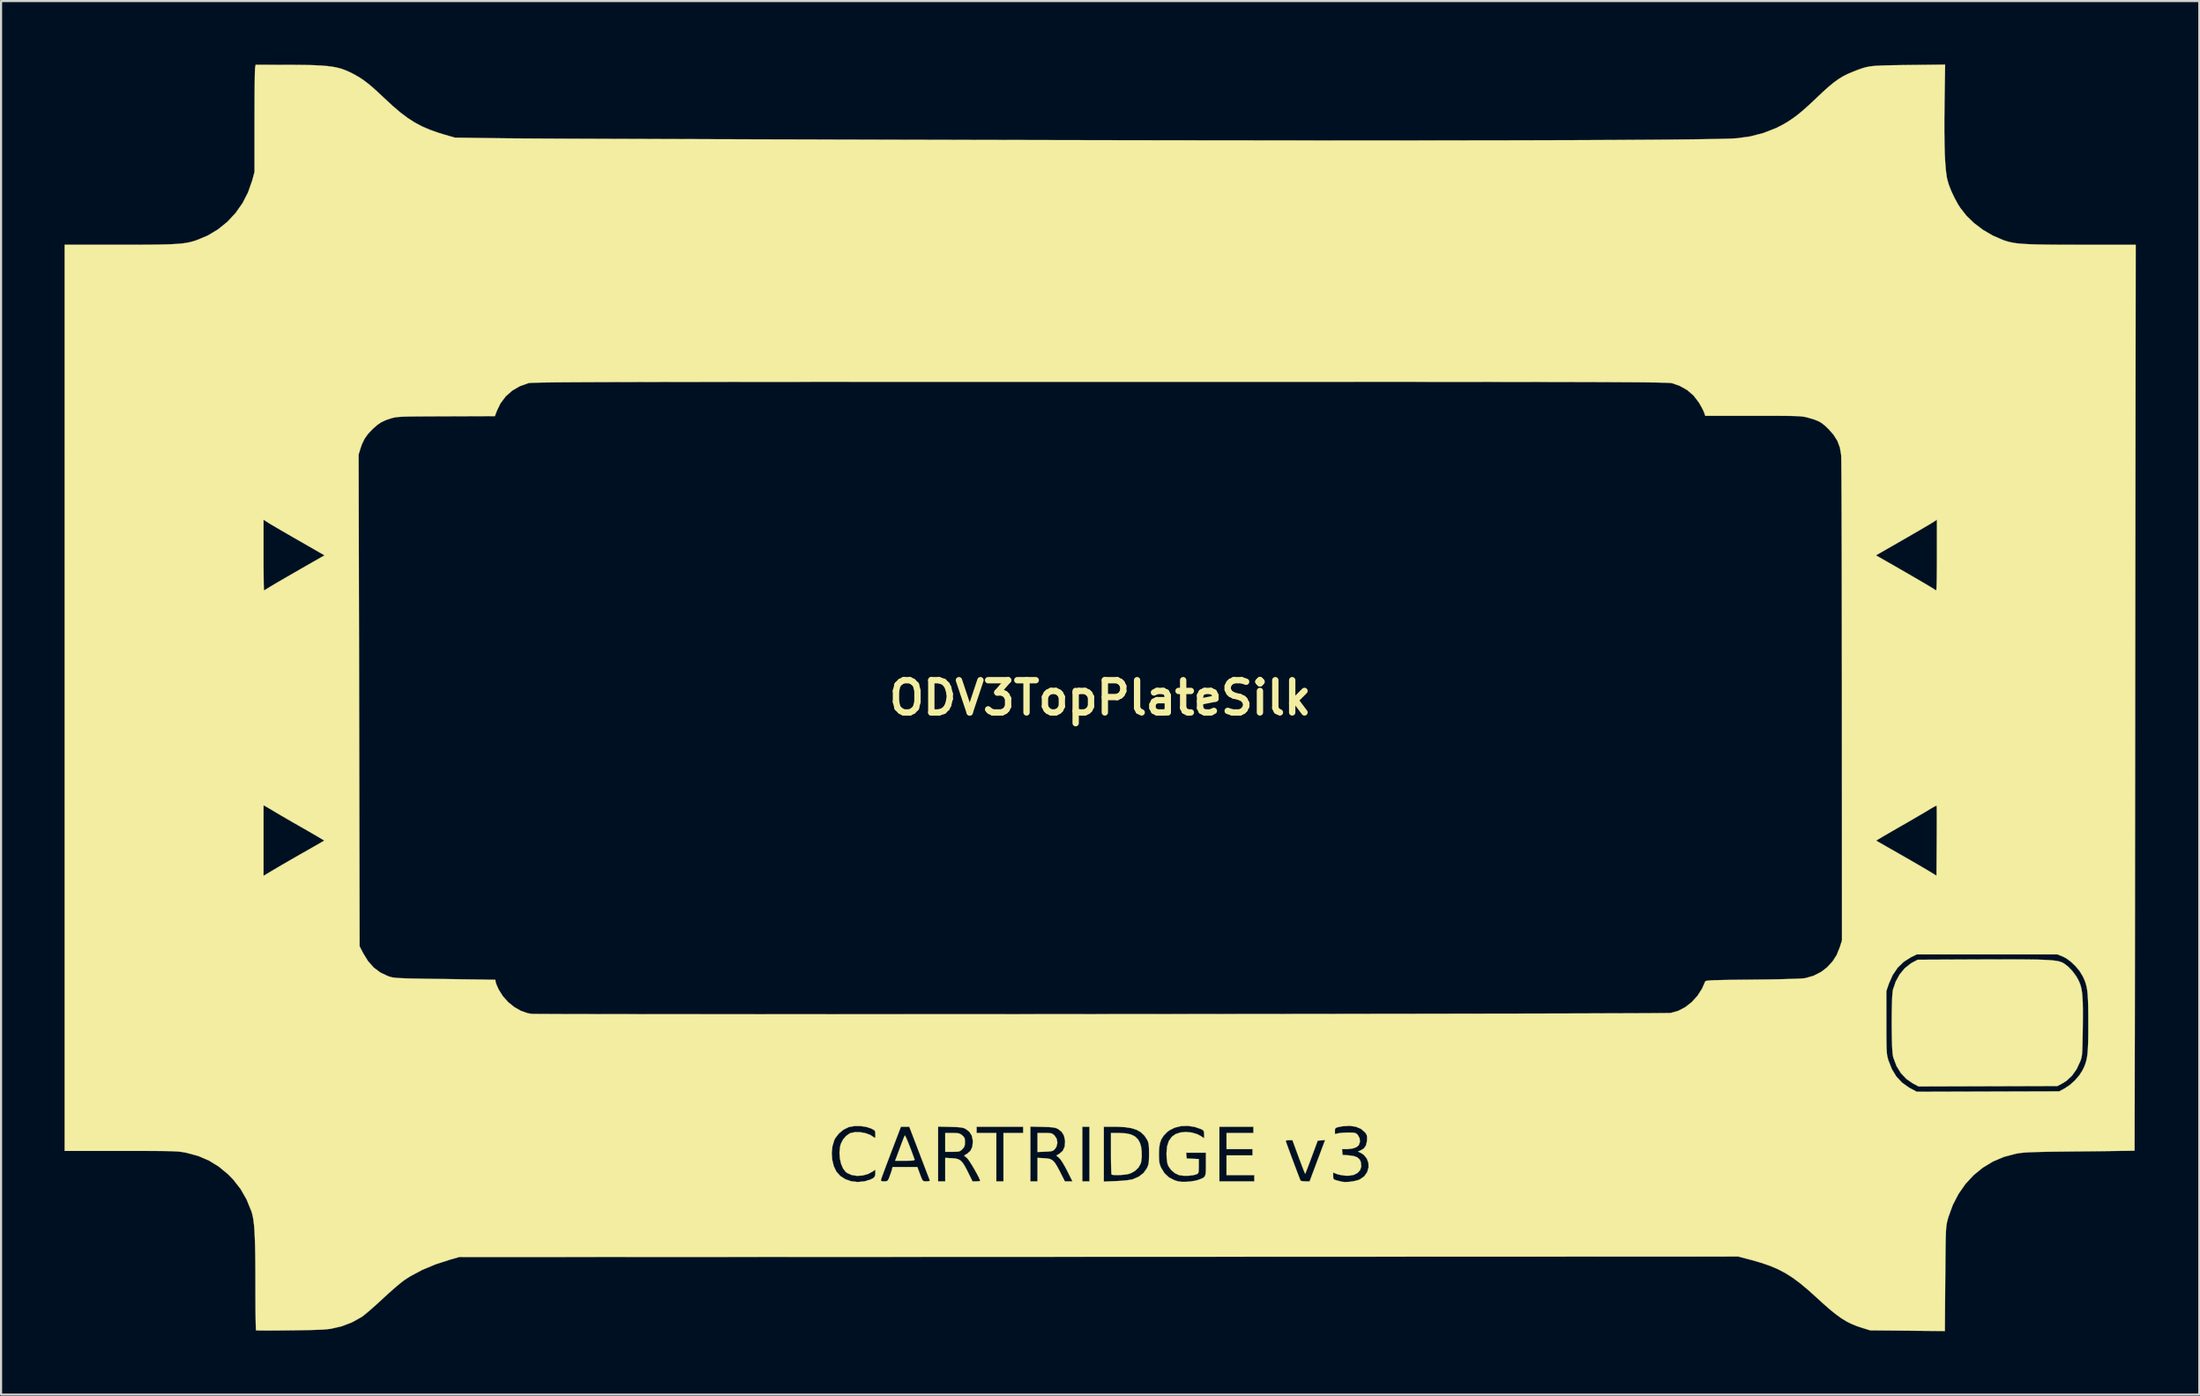
<source format=kicad_pcb>
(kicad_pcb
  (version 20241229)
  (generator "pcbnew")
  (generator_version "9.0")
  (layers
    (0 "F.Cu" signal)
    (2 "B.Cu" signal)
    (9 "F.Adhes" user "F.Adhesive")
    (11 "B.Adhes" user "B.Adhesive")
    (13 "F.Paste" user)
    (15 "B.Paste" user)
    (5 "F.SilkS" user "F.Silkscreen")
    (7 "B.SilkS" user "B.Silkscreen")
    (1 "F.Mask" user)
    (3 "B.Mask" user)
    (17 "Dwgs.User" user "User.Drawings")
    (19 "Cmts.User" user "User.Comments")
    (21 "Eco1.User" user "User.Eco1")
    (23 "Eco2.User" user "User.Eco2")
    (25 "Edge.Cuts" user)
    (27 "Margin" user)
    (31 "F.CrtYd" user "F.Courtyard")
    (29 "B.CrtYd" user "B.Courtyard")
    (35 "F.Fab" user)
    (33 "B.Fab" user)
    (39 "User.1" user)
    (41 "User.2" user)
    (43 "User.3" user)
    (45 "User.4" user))
  (footprint "ODV3TopPlateSilk"
    (layer "F.Cu")
    (at 48.942 29.944)
    (property "Reference" "ODV3TopPlateSilk" (at 0 0 0) (layer "F.SilkS") (effects (font (size 1.524 1.524) (thickness 0.3))))
    (attr through_hole)
    (fp_poly (pts (xy -2.448 20.576) (xy -2.336 20.587) (xy -2.259 20.612) (xy -2.195 20.66) (xy -2.156 20.698) (xy -2.056 20.852) (xy -2.026 21.032) (xy -2.064 21.21) (xy -2.134 21.323) (xy -2.191 21.381) (xy -2.252 21.418) (xy -2.34 21.439) (xy -2.477 21.451) (xy -2.6 21.457) (xy -2.963 21.472) (xy -2.963 20.574) (xy -2.621 20.574) (xy -2.448 20.576)) (stroke (width 0.01) (type solid)) (fill yes) (layer "F.SilkS"))
    (fp_poly (pts (xy -6.813 20.577) (xy -6.696 20.59) (xy -6.613 20.619) (xy -6.539 20.67) (xy -6.523 20.684) (xy -6.442 20.764) (xy -6.403 20.848) (xy -6.393 20.973) (xy -6.392 21.004) (xy -6.402 21.148) (xy -6.439 21.248) (xy -6.516 21.339) (xy -6.584 21.401) (xy -6.65 21.438) (xy -6.739 21.456) (xy -6.876 21.462) (xy -6.982 21.463) (xy -7.324 21.463) (xy -7.324 20.574) (xy -6.988 20.574) (xy -6.813 20.577)) (stroke (width 0.01) (type solid)) (fill yes) (layer "F.SilkS"))
    (fp_poly (pts (xy -9.211 20.719) (xy -9.164 20.814) (xy -9.099 20.967) (xy -9.02 21.165) (xy -8.931 21.397) (xy -8.837 21.651) (xy -8.772 21.833) (xy -8.785 21.858) (xy -8.849 21.874) (xy -8.975 21.883) (xy -9.173 21.886) (xy -9.223 21.886) (xy -9.692 21.886) (xy -9.648 21.77) (xy -9.615 21.684) (xy -9.562 21.54) (xy -9.495 21.358) (xy -9.432 21.188) (xy -9.363 21.002) (xy -9.302 20.846) (xy -9.257 20.737) (xy -9.234 20.691) (xy -9.211 20.719)) (stroke (width 0.01) (type solid)) (fill yes) (layer "F.SilkS"))
    (fp_poly (pts (xy 1.201 20.591) (xy 1.45 20.643) (xy 1.641 20.737) (xy 1.784 20.876) (xy 1.875 21.036) (xy 1.93 21.221) (xy 1.959 21.453) (xy 1.962 21.697) (xy 1.938 21.919) (xy 1.911 22.021) (xy 1.807 22.207) (xy 1.641 22.366) (xy 1.436 22.48) (xy 1.315 22.517) (xy 1.168 22.54) (xy 0.997 22.556) (xy 0.824 22.563) (xy 0.674 22.561) (xy 0.569 22.549) (xy 0.536 22.535) (xy 0.528 22.487) (xy 0.521 22.366) (xy 0.515 22.185) (xy 0.511 21.956) (xy 0.508 21.692) (xy 0.508 21.541) (xy 0.508 20.574) (xy 0.883 20.574) (xy 1.201 20.591)) (stroke (width 0.01) (type solid)) (fill yes) (layer "F.SilkS"))
    (fp_poly (pts (xy 43.281 12.367) (xy 43.708 12.37) (xy 44.074 12.374) (xy 44.383 12.38) (xy 44.642 12.389) (xy 44.856 12.401) (xy 45.032 12.416) (xy 45.174 12.435) (xy 45.288 12.456) (xy 45.381 12.482) (xy 45.457 12.512) (xy 45.523 12.546) (xy 45.527 12.548) (xy 45.732 12.702) (xy 45.936 12.913) (xy 46.117 13.157) (xy 46.226 13.349) (xy 46.283 13.477) (xy 46.33 13.609) (xy 46.367 13.755) (xy 46.394 13.924) (xy 46.414 14.127) (xy 46.427 14.373) (xy 46.433 14.672) (xy 46.434 15.034) (xy 46.431 15.469) (xy 46.43 15.567) (xy 46.425 15.944) (xy 46.42 16.246) (xy 46.414 16.485) (xy 46.407 16.67) (xy 46.397 16.812) (xy 46.385 16.921) (xy 46.369 17.008) (xy 46.348 17.084) (xy 46.322 17.158) (xy 46.321 17.163) (xy 46.142 17.55) (xy 45.921 17.865) (xy 45.654 18.111) (xy 45.457 18.234) (xy 45.233 18.352) (xy 41.952 18.362) (xy 38.672 18.372) (xy 38.396 18.225) (xy 38.091 18.015) (xy 37.833 17.739) (xy 37.629 17.406) (xy 37.485 17.023) (xy 37.462 16.933) (xy 37.445 16.812) (xy 37.43 16.621) (xy 37.418 16.373) (xy 37.41 16.081) (xy 37.405 15.76) (xy 37.402 15.423) (xy 37.403 15.084) (xy 37.407 14.757) (xy 37.414 14.454) (xy 37.424 14.191) (xy 37.437 13.979) (xy 37.454 13.834) (xy 37.46 13.801) (xy 37.591 13.416) (xy 37.779 13.074) (xy 38.018 12.785) (xy 38.301 12.56) (xy 38.4 12.503) (xy 38.629 12.383) (xy 41.571 12.37) (xy 42.218 12.368) (xy 42.786 12.367) (xy 43.281 12.367)) (stroke (width 0.01) (type solid)) (fill yes) (layer "F.SilkS"))
    (fp_poly (pts (xy 39.897 -28.125) (xy 39.889 -27.397) (xy 39.889 -26.75) (xy 39.896 -26.182) (xy 39.91 -25.689) (xy 39.933 -25.27) (xy 39.964 -24.92) (xy 40.002 -24.638) (xy 40.027 -24.509) (xy 40.101 -24.256) (xy 40.217 -23.962) (xy 40.362 -23.652) (xy 40.525 -23.352) (xy 40.638 -23.171) (xy 40.933 -22.794) (xy 41.296 -22.443) (xy 41.712 -22.128) (xy 42.167 -21.861) (xy 42.645 -21.652) (xy 42.82 -21.593) (xy 42.94 -21.559) (xy 43.069 -21.53) (xy 43.214 -21.504) (xy 43.38 -21.483) (xy 43.576 -21.466) (xy 43.808 -21.452) (xy 44.082 -21.441) (xy 44.405 -21.433) (xy 44.785 -21.427) (xy 45.228 -21.423) (xy 45.741 -21.421) (xy 46.331 -21.42) (xy 46.447 -21.42) (xy 48.931 -21.42) (xy 48.907 -0.01) (xy 48.906 1.332) (xy 48.904 2.653) (xy 48.903 3.95) (xy 48.901 5.221) (xy 48.9 6.463) (xy 48.898 7.673) (xy 48.897 8.85) (xy 48.896 9.99) (xy 48.894 11.091) (xy 48.893 12.151) (xy 48.891 13.166) (xy 48.89 14.135) (xy 48.889 15.056) (xy 48.888 15.924) (xy 48.886 16.739) (xy 48.885 17.497) (xy 48.884 18.195) (xy 48.883 18.832) (xy 48.882 19.405) (xy 48.881 19.912) (xy 48.88 20.349) (xy 48.88 20.714) (xy 48.879 21.005) (xy 48.878 21.219) (xy 48.878 21.354) (xy 48.877 21.407) (xy 48.877 21.408) (xy 48.835 21.41) (xy 48.715 21.412) (xy 48.526 21.416) (xy 48.273 21.419) (xy 47.965 21.424) (xy 47.609 21.428) (xy 47.211 21.433) (xy 46.78 21.438) (xy 46.323 21.442) (xy 46.29 21.443) (xy 45.749 21.449) (xy 45.286 21.454) (xy 44.892 21.459) (xy 44.561 21.465) (xy 44.285 21.471) (xy 44.056 21.479) (xy 43.868 21.487) (xy 43.712 21.496) (xy 43.582 21.507) (xy 43.469 21.52) (xy 43.367 21.535) (xy 43.268 21.553) (xy 43.266 21.554) (xy 42.706 21.702) (xy 42.184 21.923) (xy 41.703 22.215) (xy 41.268 22.571) (xy 40.883 22.988) (xy 40.553 23.462) (xy 40.283 23.987) (xy 40.076 24.561) (xy 40.038 24.699) (xy 40.019 24.775) (xy 40.003 24.852) (xy 39.99 24.936) (xy 39.978 25.036) (xy 39.969 25.159) (xy 39.961 25.312) (xy 39.955 25.503) (xy 39.949 25.739) (xy 39.945 26.026) (xy 39.941 26.374) (xy 39.937 26.788) (xy 39.933 27.277) (xy 39.931 27.488) (xy 39.913 29.936) (xy 38.149 29.92) (xy 36.386 29.904) (xy 36.007 29.787) (xy 35.741 29.698) (xy 35.496 29.597) (xy 35.26 29.478) (xy 35.022 29.331) (xy 34.772 29.151) (xy 34.497 28.93) (xy 34.187 28.66) (xy 33.861 28.362) (xy 33.451 27.992) (xy 33.079 27.682) (xy 32.73 27.422) (xy 32.388 27.204) (xy 32.04 27.02) (xy 31.67 26.861) (xy 31.264 26.72) (xy 30.809 26.587) (xy 30.716 26.563) (xy 30.156 26.415) (xy -0.067 26.426) (xy -30.29 26.437) (xy -30.692 26.551) (xy -31.409 26.782) (xy -32.051 27.051) (xy -32.622 27.358) (xy -32.881 27.526) (xy -33.006 27.62) (xy -33.177 27.76) (xy -33.382 27.935) (xy -33.606 28.133) (xy -33.835 28.342) (xy -33.924 28.424) (xy -34.146 28.629) (xy -34.363 28.823) (xy -34.562 28.997) (xy -34.731 29.139) (xy -34.857 29.238) (xy -34.896 29.267) (xy -35.357 29.524) (xy -35.857 29.715) (xy -36.377 29.833) (xy -36.703 29.866) (xy -36.883 29.874) (xy -37.114 29.882) (xy -37.387 29.889) (xy -37.688 29.895) (xy -38.008 29.901) (xy -38.335 29.905) (xy -38.658 29.909) (xy -38.966 29.912) (xy -39.248 29.913) (xy -39.492 29.913) (xy -39.688 29.911) (xy -39.824 29.908) (xy -39.889 29.903) (xy -39.892 29.901) (xy -39.898 29.854) (xy -39.903 29.731) (xy -39.908 29.54) (xy -39.912 29.29) (xy -39.916 28.988) (xy -39.918 28.642) (xy -39.92 28.263) (xy -39.921 27.856) (xy -39.921 27.838) (xy -39.922 27.222) (xy -39.925 26.685) (xy -39.931 26.22) (xy -39.94 25.819) (xy -39.952 25.476) (xy -39.967 25.186) (xy -39.986 24.94) (xy -40.01 24.733) (xy -40.038 24.558) (xy -40.071 24.409) (xy -40.109 24.279) (xy -40.111 24.275) (xy -40.339 23.715) (xy -40.629 23.211) (xy -40.984 22.759) (xy -41.219 22.52) (xy -41.657 22.159) (xy -42.119 21.875) (xy -42.616 21.662) (xy -43.119 21.524) (xy -12.688 21.524) (xy -12.665 21.846) (xy -12.59 22.149) (xy -12.465 22.405) (xy -12.282 22.608) (xy -12.044 22.76) (xy -11.767 22.856) (xy -11.465 22.892) (xy -11.155 22.862) (xy -11.046 22.835) (xy -11.016 22.825) (xy -10.364 22.825) (xy -10.331 22.853) (xy -10.238 22.86) (xy -10.21 22.86) (xy -10.113 22.856) (xy -10.053 22.832) (xy -10.009 22.769) (xy -9.959 22.647) (xy -9.953 22.629) (xy -9.9 22.481) (xy -9.856 22.35) (xy -9.839 22.29) (xy -9.812 22.183) (xy -8.643 22.183) (xy -8.569 22.384) (xy -8.495 22.584) (xy -8.442 22.719) (xy -8.399 22.801) (xy -8.357 22.843) (xy -8.306 22.858) (xy -8.235 22.86) (xy -8.21 22.86) (xy -7.662 22.86) (xy -7.324 22.86) (xy -7.324 21.75) (xy -7.008 21.766) (xy -6.839 21.781) (xy -6.707 21.815) (xy -6.597 21.879) (xy -6.498 21.984) (xy -6.397 22.142) (xy -6.28 22.364) (xy -6.245 22.436) (xy -6.036 22.86) (xy -5.854 22.86) (xy -5.744 22.855) (xy -5.679 22.841) (xy -5.673 22.834) (xy -5.694 22.766) (xy -5.751 22.644) (xy -5.835 22.486) (xy -5.934 22.309) (xy -6.038 22.131) (xy -6.139 21.97) (xy -6.225 21.842) (xy -6.287 21.765) (xy -6.292 21.76) (xy -6.431 21.638) (xy -6.282 21.551) (xy -6.131 21.415) (xy -6.042 21.224) (xy -6.018 20.983) (xy -6.021 20.923) (xy -6.07 20.696) (xy -6.179 20.52) (xy -6.354 20.384) (xy -6.427 20.348) (xy -6.516 20.323) (xy -6.636 20.305) (xy -6.806 20.293) (xy -7.042 20.285) (xy -7.08 20.284) (xy -7.34 20.278) (xy -5.842 20.278) (xy -5.842 20.574) (xy -4.911 20.574) (xy -4.911 22.86) (xy -4.572 22.86) (xy -3.302 22.86) (xy -2.963 22.86) (xy -2.963 21.75) (xy -2.649 21.766) (xy -2.485 21.78) (xy -2.358 21.809) (xy -2.254 21.866) (xy -2.159 21.962) (xy -2.063 22.107) (xy -1.95 22.314) (xy -1.893 22.424) (xy -1.672 22.86) (xy -1.492 22.86) (xy -1.312 22.86) (xy -1.563 22.358) (xy -1.679 22.139) (xy -1.789 21.953) (xy -1.884 21.814) (xy -1.944 21.748) (xy -2.072 21.64) (xy -1.923 21.551) (xy -1.77 21.415) (xy -1.682 21.225) (xy -1.66 20.985) (xy -1.665 20.915) (xy -1.715 20.691) (xy -1.819 20.521) (xy -1.988 20.387) (xy -1.994 20.384) (xy -2.067 20.348) (xy -2.155 20.323) (xy -2.276 20.305) (xy -2.446 20.293) (xy -2.681 20.285) (xy -2.72 20.284) (xy -2.979 20.278) (xy -0.847 20.278) (xy -0.847 22.86) (xy -0.508 22.86) (xy -0.508 20.278) (xy 0.169 20.278) (xy 0.169 22.872) (xy 0.751 22.848) (xy 1.02 22.833) (xy 1.259 22.81) (xy 1.45 22.781) (xy 1.549 22.758) (xy 1.829 22.635) (xy 2.05 22.461) (xy 2.205 22.241) (xy 2.206 22.239) (xy 2.251 22.138) (xy 2.281 22.038) (xy 2.298 21.918) (xy 2.305 21.756) (xy 2.307 21.548) (xy 2.774 21.548) (xy 2.777 21.765) (xy 2.787 21.921) (xy 2.81 22.043) (xy 2.848 22.153) (xy 2.87 22.204) (xy 3.032 22.47) (xy 3.243 22.67) (xy 3.511 22.809) (xy 3.672 22.859) (xy 3.844 22.882) (xy 4.064 22.882) (xy 4.297 22.863) (xy 4.51 22.826) (xy 4.615 22.796) (xy 4.764 22.743) (xy 4.867 22.694) (xy 4.934 22.634) (xy 4.973 22.547) (xy 4.99 22.418) (xy 4.995 22.231) (xy 4.995 22.055) (xy 4.995 21.505) (xy 4.059 21.505) (xy 4.085 21.78) (xy 4.371 21.793) (xy 4.657 21.806) (xy 4.657 22.143) (xy 4.655 22.312) (xy 4.647 22.416) (xy 4.626 22.474) (xy 4.586 22.508) (xy 4.54 22.529) (xy 4.378 22.571) (xy 4.17 22.594) (xy 3.953 22.595) (xy 3.762 22.572) (xy 3.726 22.564) (xy 3.532 22.475) (xy 3.358 22.329) (xy 3.227 22.15) (xy 3.18 22.034) (xy 3.157 21.908) (xy 3.14 21.734) (xy 3.133 21.545) (xy 3.133 21.521) (xy 3.16 21.203) (xy 3.244 20.948) (xy 3.384 20.753) (xy 3.553 20.63) (xy 3.782 20.551) (xy 4.049 20.526) (xy 4.325 20.553) (xy 4.586 20.63) (xy 4.757 20.721) (xy 4.911 20.825) (xy 4.911 20.641) (xy 4.904 20.521) (xy 4.871 20.452) (xy 4.794 20.402) (xy 4.773 20.392) (xy 4.46 20.283) (xy 4.425 20.278) (xy 5.63 20.278) (xy 5.63 22.86) (xy 7.281 22.86) (xy 7.281 22.564) (xy 5.969 22.564) (xy 5.969 21.632) (xy 7.197 21.632) (xy 7.197 21.336) (xy 5.969 21.336) (xy 5.969 20.941) (xy 8.763 20.941) (xy 8.777 20.987) (xy 8.816 21.098) (xy 8.876 21.261) (xy 8.95 21.463) (xy 9.033 21.689) (xy 9.122 21.927) (xy 9.21 22.162) (xy 9.293 22.381) (xy 9.365 22.571) (xy 9.422 22.717) (xy 9.458 22.807) (xy 9.467 22.827) (xy 9.518 22.846) (xy 9.624 22.858) (xy 9.691 22.86) (xy 9.895 22.86) (xy 10.052 22.441) (xy 11.007 22.441) (xy 11.007 22.607) (xy 11.013 22.716) (xy 11.05 22.772) (xy 11.14 22.806) (xy 11.165 22.813) (xy 11.293 22.846) (xy 11.398 22.873) (xy 11.409 22.876) (xy 11.561 22.893) (xy 11.759 22.884) (xy 11.971 22.855) (xy 12.163 22.809) (xy 12.271 22.767) (xy 12.477 22.622) (xy 12.615 22.425) (xy 12.681 22.201) (xy 12.675 21.989) (xy 12.6 21.786) (xy 12.469 21.618) (xy 12.347 21.533) (xy 12.184 21.45) (xy 12.304 21.399) (xy 12.457 21.306) (xy 12.552 21.175) (xy 12.6 20.989) (xy 12.607 20.92) (xy 12.612 20.773) (xy 12.596 20.674) (xy 12.55 20.591) (xy 12.505 20.534) (xy 12.317 20.375) (xy 12.073 20.274) (xy 11.781 20.234) (xy 11.448 20.255) (xy 11.305 20.281) (xy 11.18 20.311) (xy 11.117 20.345) (xy 11.094 20.401) (xy 11.091 20.476) (xy 11.091 20.626) (xy 11.25 20.589) (xy 11.372 20.571) (xy 11.542 20.558) (xy 11.727 20.553) (xy 11.741 20.553) (xy 11.91 20.555) (xy 12.019 20.566) (xy 12.089 20.592) (xy 12.145 20.639) (xy 12.175 20.672) (xy 12.257 20.824) (xy 12.272 20.992) (xy 12.218 21.146) (xy 12.212 21.156) (xy 12.104 21.244) (xy 11.929 21.305) (xy 11.705 21.334) (xy 11.628 21.336) (xy 11.425 21.336) (xy 11.438 21.474) (xy 11.451 21.611) (xy 11.75 21.632) (xy 11.984 21.664) (xy 12.149 21.726) (xy 12.256 21.824) (xy 12.315 21.953) (xy 12.335 22.155) (xy 12.281 22.327) (xy 12.161 22.462) (xy 11.982 22.553) (xy 11.751 22.593) (xy 11.594 22.591) (xy 11.421 22.569) (xy 11.257 22.536) (xy 11.161 22.505) (xy 11.007 22.441) (xy 10.052 22.441) (xy 10.161 22.151) (xy 10.255 21.899) (xy 10.348 21.653) (xy 10.43 21.433) (xy 10.495 21.259) (xy 10.527 21.175) (xy 10.627 20.908) (xy 10.277 20.934) (xy 9.99 21.709) (xy 9.901 21.949) (xy 9.821 22.16) (xy 9.756 22.33) (xy 9.71 22.447) (xy 9.688 22.499) (xy 9.688 22.5) (xy 9.669 22.467) (xy 9.626 22.366) (xy 9.564 22.208) (xy 9.487 22.006) (xy 9.399 21.77) (xy 9.378 21.714) (xy 9.084 20.913) (xy 8.923 20.913) (xy 8.821 20.919) (xy 8.766 20.936) (xy 8.763 20.941) (xy 5.969 20.941) (xy 5.969 20.574) (xy 7.239 20.574) (xy 7.239 20.278) (xy 5.63 20.278) (xy 4.425 20.278) (xy 4.137 20.235) (xy 3.818 20.248) (xy 3.522 20.32) (xy 3.265 20.449) (xy 3.154 20.536) (xy 2.994 20.704) (xy 2.884 20.876) (xy 2.816 21.073) (xy 2.782 21.315) (xy 2.774 21.548) (xy 2.307 21.548) (xy 2.305 21.326) (xy 2.297 21.168) (xy 2.279 21.053) (xy 2.25 20.962) (xy 2.216 20.892) (xy 2.085 20.693) (xy 1.923 20.538) (xy 1.723 20.423) (xy 1.473 20.344) (xy 1.163 20.297) (xy 0.785 20.278) (xy 0.675 20.278) (xy 0.169 20.278) (xy -0.508 20.278) (xy -0.847 20.278) (xy -2.979 20.278) (xy -3.302 20.27) (xy -3.302 22.86) (xy -4.572 22.86) (xy -4.572 20.574) (xy -3.641 20.574) (xy -3.641 20.278) (xy -5.842 20.278) (xy -7.34 20.278) (xy -7.662 20.27) (xy -7.662 22.86) (xy -8.21 22.86) (xy -8.101 22.855) (xy -8.057 22.834) (xy -8.063 22.788) (xy -8.063 22.786) (xy -8.086 22.726) (xy -8.135 22.599) (xy -8.204 22.419) (xy -8.289 22.196) (xy -8.385 21.944) (xy -8.432 21.823) (xy -8.539 21.541) (xy -8.645 21.265) (xy -8.742 21.01) (xy -8.824 20.795) (xy -8.885 20.637) (xy -8.897 20.606) (xy -9.023 20.278) (xy -9.221 20.278) (xy -9.419 20.278) (xy -9.876 21.474) (xy -9.991 21.778) (xy -10.098 22.06) (xy -10.191 22.309) (xy -10.267 22.514) (xy -10.323 22.666) (xy -10.353 22.752) (xy -10.357 22.765) (xy -10.364 22.825) (xy -11.016 22.825) (xy -10.852 22.772) (xy -10.727 22.71) (xy -10.658 22.638) (xy -10.629 22.543) (xy -10.626 22.475) (xy -10.626 22.304) (xy -10.75 22.392) (xy -10.978 22.514) (xy -11.233 22.583) (xy -11.494 22.599) (xy -11.74 22.561) (xy -11.95 22.469) (xy -12.03 22.409) (xy -12.153 22.248) (xy -12.246 22.029) (xy -12.303 21.774) (xy -12.321 21.504) (xy -12.297 21.242) (xy -12.26 21.094) (xy -12.159 20.891) (xy -12.012 20.716) (xy -11.84 20.595) (xy -11.798 20.577) (xy -11.588 20.533) (xy -11.344 20.536) (xy -11.094 20.582) (xy -10.869 20.664) (xy -10.701 20.773) (xy -10.655 20.808) (xy -10.633 20.794) (xy -10.626 20.717) (xy -10.626 20.649) (xy -10.63 20.535) (xy -10.655 20.465) (xy -10.722 20.413) (xy -10.827 20.36) (xy -11.058 20.284) (xy -11.331 20.244) (xy -11.609 20.244) (xy -11.856 20.287) (xy -11.887 20.296) (xy -12.133 20.417) (xy -12.352 20.597) (xy -12.52 20.817) (xy -12.57 20.915) (xy -12.657 21.205) (xy -12.688 21.524) (xy -43.119 21.524) (xy -43.126 21.522) (xy -43.224 21.501) (xy -43.315 21.484) (xy -43.406 21.469) (xy -43.504 21.457) (xy -43.616 21.447) (xy -43.75 21.439) (xy -43.913 21.433) (xy -44.112 21.428) (xy -44.355 21.425) (xy -44.649 21.423) (xy -45 21.421) (xy -45.418 21.421) (xy -45.907 21.421) (xy -46.27 21.421) (xy -48.937 21.421) (xy -48.937 8.415) (xy -39.539 8.415) (xy -39.063 8.131) (xy -38.888 8.027) (xy -38.657 7.892) (xy -38.386 7.735) (xy -38.094 7.567) (xy -37.798 7.397) (xy -37.634 7.304) (xy -37.377 7.158) (xy -37.146 7.025) (xy -36.949 6.913) (xy -36.798 6.826) (xy -36.701 6.77) (xy -36.669 6.751) (xy -36.7 6.728) (xy -36.796 6.669) (xy -36.947 6.579) (xy -37.144 6.464) (xy -37.377 6.329) (xy -37.636 6.18) (xy -37.642 6.177) (xy -37.928 6.013) (xy -38.211 5.851) (xy -38.475 5.698) (xy -38.707 5.563) (xy -38.892 5.455) (xy -38.991 5.395) (xy -39.157 5.296) (xy -39.303 5.209) (xy -39.411 5.147) (xy -39.446 5.127) (xy -39.539 5.077) (xy -39.539 8.415) (xy -48.937 8.415) (xy -48.937 -6.752) (xy -39.539 -6.752) (xy -39.539 -6.385) (xy -39.537 -6.046) (xy -39.535 -5.744) (xy -39.532 -5.487) (xy -39.529 -5.286) (xy -39.525 -5.148) (xy -39.52 -5.084) (xy -39.519 -5.08) (xy -39.475 -5.101) (xy -39.382 -5.156) (xy -39.276 -5.222) (xy -39.169 -5.287) (xy -38.993 -5.392) (xy -38.752 -5.533) (xy -38.449 -5.709) (xy -38.089 -5.916) (xy -37.677 -6.154) (xy -37.215 -6.418) (xy -36.838 -6.634) (xy -36.655 -6.738) (xy -37.875 -7.439) (xy -38.178 -7.613) (xy -38.468 -7.781) (xy -38.734 -7.935) (xy -38.964 -8.07) (xy -39.148 -8.178) (xy -39.275 -8.255) (xy -39.317 -8.281) (xy -39.539 -8.423) (xy -39.539 -6.752) (xy -48.937 -6.752) (xy -48.937 -11.506) (xy -35.046 -11.506) (xy -35.022 0.121) (xy -34.999 11.748) (xy -34.836 12.065) (xy -34.603 12.445) (xy -34.332 12.751) (xy -34.02 12.987) (xy -33.661 13.156) (xy -33.602 13.176) (xy -33.541 13.195) (xy -33.476 13.211) (xy -33.4 13.225) (xy -33.305 13.236) (xy -33.185 13.246) (xy -33.032 13.255) (xy -32.838 13.262) (xy -32.597 13.269) (xy -32.301 13.275) (xy -31.943 13.281) (xy -31.515 13.288) (xy -31.011 13.295) (xy -30.967 13.295) (xy -30.527 13.301) (xy -30.114 13.307) (xy -29.734 13.312) (xy -29.395 13.317) (xy -29.106 13.322) (xy -28.873 13.326) (xy -28.704 13.328) (xy -28.607 13.33) (xy -28.586 13.331) (xy -28.577 13.37) (xy -28.575 13.414) (xy -28.557 13.488) (xy -28.508 13.612) (xy -28.44 13.763) (xy -28.424 13.794) (xy -28.229 14.107) (xy -27.979 14.386) (xy -27.689 14.621) (xy -27.375 14.8) (xy -27.05 14.912) (xy -26.889 14.939) (xy -26.827 14.942) (xy -26.683 14.944) (xy -26.459 14.946) (xy -26.16 14.947) (xy -25.787 14.949) (xy -25.344 14.951) (xy -24.833 14.952) (xy -24.257 14.953) (xy -23.618 14.954) (xy -22.92 14.955) (xy -22.165 14.956) (xy -21.356 14.957) (xy -20.496 14.958) (xy -19.587 14.958) (xy -18.632 14.959) (xy -17.635 14.959) (xy -16.597 14.959) (xy -15.522 14.96) (xy -14.412 14.96) (xy -13.27 14.96) (xy -12.099 14.959) (xy -10.901 14.959) (xy -9.68 14.959) (xy -8.438 14.958) (xy -7.178 14.958) (xy -5.902 14.957) (xy -4.614 14.957) (xy -3.316 14.956) (xy -2.011 14.955) (xy -0.701 14.954) (xy 0.61 14.953) (xy 1.919 14.952) (xy 3.225 14.951) (xy 4.524 14.95) (xy 5.814 14.948) (xy 7.091 14.947) (xy 8.353 14.946) (xy 9.598 14.944) (xy 10.822 14.943) (xy 12.023 14.941) (xy 13.197 14.939) (xy 14.343 14.938) (xy 15.457 14.936) (xy 16.537 14.934) (xy 17.58 14.932) (xy 18.583 14.931) (xy 19.543 14.929) (xy 20.458 14.927) (xy 21.324 14.925) (xy 22.14 14.923) (xy 22.902 14.921) (xy 23.607 14.918) (xy 24.254 14.916) (xy 24.838 14.914) (xy 25.358 14.912) (xy 25.81 14.91) (xy 26.192 14.908) (xy 26.501 14.905) (xy 26.734 14.903) (xy 26.888 14.901) (xy 26.961 14.899) (xy 26.966 14.898) (xy 27.315 14.798) (xy 27.647 14.624) (xy 27.953 14.385) (xy 28.22 14.091) (xy 28.367 13.864) (xy 37.148 13.864) (xy 37.149 15.346) (xy 37.149 15.741) (xy 37.15 16.062) (xy 37.153 16.318) (xy 37.157 16.52) (xy 37.164 16.678) (xy 37.173 16.802) (xy 37.186 16.902) (xy 37.204 16.989) (xy 37.225 17.072) (xy 37.247 17.145) (xy 37.409 17.556) (xy 37.62 17.902) (xy 37.886 18.189) (xy 38.212 18.423) (xy 38.294 18.468) (xy 38.587 18.625) (xy 45.318 18.605) (xy 45.584 18.461) (xy 45.823 18.301) (xy 46.059 18.087) (xy 46.267 17.847) (xy 46.421 17.607) (xy 46.422 17.603) (xy 46.493 17.457) (xy 46.55 17.315) (xy 46.595 17.167) (xy 46.63 17.002) (xy 46.656 16.81) (xy 46.673 16.579) (xy 46.685 16.3) (xy 46.691 15.961) (xy 46.693 15.552) (xy 46.693 15.392) (xy 46.692 14.954) (xy 46.687 14.591) (xy 46.678 14.291) (xy 46.664 14.045) (xy 46.643 13.84) (xy 46.614 13.668) (xy 46.576 13.518) (xy 46.528 13.378) (xy 46.467 13.239) (xy 46.433 13.168) (xy 46.284 12.923) (xy 46.088 12.684) (xy 45.865 12.472) (xy 45.635 12.306) (xy 45.484 12.229) (xy 45.233 12.129) (xy 38.585 12.129) (xy 38.311 12.264) (xy 37.973 12.477) (xy 37.685 12.757) (xy 37.45 13.101) (xy 37.27 13.505) (xy 37.263 13.525) (xy 37.148 13.864) (xy 28.367 13.864) (xy 28.439 13.752) (xy 28.587 13.414) (xy 28.599 13.399) (xy 28.627 13.386) (xy 28.677 13.375) (xy 28.758 13.365) (xy 28.875 13.357) (xy 29.035 13.35) (xy 29.244 13.345) (xy 29.511 13.339) (xy 29.84 13.334) (xy 30.239 13.329) (xy 30.715 13.324) (xy 30.826 13.323) (xy 31.357 13.317) (xy 31.836 13.31) (xy 32.259 13.301) (xy 32.62 13.291) (xy 32.914 13.281) (xy 33.136 13.27) (xy 33.28 13.258) (xy 33.316 13.253) (xy 33.709 13.141) (xy 34.073 12.954) (xy 34.339 12.749) (xy 34.603 12.467) (xy 34.8 12.161) (xy 34.946 11.802) (xy 34.951 11.788) (xy 35.052 11.469) (xy 35.051 6.752) (xy 36.669 6.752) (xy 36.708 6.774) (xy 36.811 6.834) (xy 36.968 6.924) (xy 37.171 7.041) (xy 37.41 7.177) (xy 37.676 7.329) (xy 37.728 7.359) (xy 38.021 7.527) (xy 38.311 7.693) (xy 38.583 7.851) (xy 38.824 7.991) (xy 39.018 8.105) (xy 39.146 8.182) (xy 39.518 8.408) (xy 39.529 6.759) (xy 39.531 6.394) (xy 39.532 6.056) (xy 39.533 5.754) (xy 39.532 5.498) (xy 39.531 5.297) (xy 39.528 5.16) (xy 39.525 5.097) (xy 39.524 5.093) (xy 39.484 5.107) (xy 39.389 5.157) (xy 39.255 5.234) (xy 39.175 5.283) (xy 39.05 5.359) (xy 38.865 5.468) (xy 38.632 5.604) (xy 38.366 5.76) (xy 38.078 5.926) (xy 37.782 6.096) (xy 37.749 6.115) (xy 37.475 6.273) (xy 37.226 6.417) (xy 37.013 6.541) (xy 36.844 6.642) (xy 36.727 6.712) (xy 36.672 6.748) (xy 36.669 6.752) (xy 35.051 6.752) (xy 35.049 0.178) (xy 35.049 -0.798) (xy 35.048 -1.755) (xy 35.047 -2.689) (xy 35.046 -3.595) (xy 35.045 -4.471) (xy 35.044 -5.312) (xy 35.042 -6.116) (xy 35.041 -6.738) (xy 36.655 -6.738) (xy 36.838 -6.634) (xy 37.187 -6.434) (xy 37.537 -6.234) (xy 37.879 -6.037) (xy 38.206 -5.848) (xy 38.509 -5.672) (xy 38.779 -5.514) (xy 39.009 -5.38) (xy 39.189 -5.272) (xy 39.313 -5.198) (xy 39.37 -5.161) (xy 39.454 -5.105) (xy 39.507 -5.081) (xy 39.508 -5.081) (xy 39.515 -5.122) (xy 39.521 -5.238) (xy 39.527 -5.421) (xy 39.532 -5.661) (xy 39.535 -5.95) (xy 39.538 -6.279) (xy 39.539 -6.638) (xy 39.539 -6.752) (xy 39.539 -8.423) (xy 39.317 -8.281) (xy 39.226 -8.225) (xy 39.073 -8.134) (xy 38.867 -8.013) (xy 38.62 -7.869) (xy 38.342 -7.708) (xy 38.045 -7.536) (xy 37.875 -7.439) (xy 36.655 -6.738) (xy 35.041 -6.738) (xy 35.04 -6.878) (xy 35.038 -7.595) (xy 35.036 -8.263) (xy 35.034 -8.879) (xy 35.032 -9.438) (xy 35.029 -9.938) (xy 35.027 -10.375) (xy 35.024 -10.745) (xy 35.022 -11.044) (xy 35.019 -11.269) (xy 35.016 -11.417) (xy 35.014 -11.48) (xy 34.954 -11.835) (xy 34.836 -12.15) (xy 34.65 -12.444) (xy 34.42 -12.704) (xy 34.246 -12.87) (xy 34.094 -12.992) (xy 33.937 -13.082) (xy 33.75 -13.157) (xy 33.507 -13.23) (xy 33.486 -13.236) (xy 33.406 -13.258) (xy 33.331 -13.276) (xy 33.253 -13.291) (xy 33.164 -13.303) (xy 33.057 -13.313) (xy 32.924 -13.321) (xy 32.757 -13.326) (xy 32.548 -13.33) (xy 32.29 -13.333) (xy 31.975 -13.334) (xy 31.595 -13.335) (xy 31.142 -13.335) (xy 30.859 -13.335) (xy 28.592 -13.335) (xy 28.537 -13.494) (xy 28.488 -13.605) (xy 28.408 -13.759) (xy 28.313 -13.925) (xy 28.291 -13.962) (xy 28.041 -14.29) (xy 27.735 -14.555) (xy 27.374 -14.756) (xy 27.021 -14.877) (xy 26.998 -14.882) (xy 26.964 -14.886) (xy 26.917 -14.89) (xy 26.855 -14.894) (xy 26.777 -14.898) (xy 26.679 -14.901) (xy 26.561 -14.904) (xy 26.42 -14.908) (xy 26.254 -14.911) (xy 26.062 -14.913) (xy 25.842 -14.916) (xy 25.591 -14.919) (xy 25.307 -14.921) (xy 24.99 -14.923) (xy 24.636 -14.925) (xy 24.244 -14.927) (xy 23.812 -14.929) (xy 23.339 -14.931) (xy 22.821 -14.932) (xy 22.258 -14.934) (xy 21.646 -14.935) (xy 20.985 -14.936) (xy 20.273 -14.937) (xy 19.507 -14.938) (xy 18.686 -14.939) (xy 17.807 -14.94) (xy 16.869 -14.94) (xy 15.869 -14.941) (xy 14.807 -14.942) (xy 13.679 -14.942) (xy 12.485 -14.942) (xy 11.221 -14.943) (xy 9.887 -14.943) (xy 8.48 -14.943) (xy 6.998 -14.943) (xy 5.439 -14.944) (xy 3.802 -14.944) (xy 2.084 -14.944) (xy 0.284 -14.944) (xy -0.008 -14.944) (xy -1.828 -14.944) (xy -3.566 -14.944) (xy -5.223 -14.944) (xy -6.8 -14.943) (xy -8.301 -14.943) (xy -9.727 -14.943) (xy -11.079 -14.943) (xy -12.36 -14.942) (xy -13.571 -14.942) (xy -14.715 -14.941) (xy -15.794 -14.941) (xy -16.808 -14.94) (xy -17.761 -14.939) (xy -18.653 -14.939) (xy -19.488 -14.938) (xy -20.266 -14.937) (xy -20.99 -14.936) (xy -21.662 -14.934) (xy -22.283 -14.933) (xy -22.856 -14.931) (xy -23.382 -14.93) (xy -23.863 -14.928) (xy -24.301 -14.926) (xy -24.698 -14.924) (xy -25.057 -14.922) (xy -25.378 -14.92) (xy -25.664 -14.918) (xy -25.916 -14.915) (xy -26.137 -14.912) (xy -26.328 -14.91) (xy -26.492 -14.907) (xy -26.63 -14.903) (xy -26.744 -14.9) (xy -26.836 -14.897) (xy -26.908 -14.893) (xy -26.961 -14.889) (xy -26.999 -14.885) (xy -27.021 -14.881) (xy -27.431 -14.734) (xy -27.791 -14.523) (xy -28.096 -14.252) (xy -28.34 -13.927) (xy -28.508 -13.582) (xy -28.606 -13.321) (xy -30.908 -13.313) (xy -31.409 -13.311) (xy -31.832 -13.309) (xy -32.187 -13.307) (xy -32.479 -13.304) (xy -32.716 -13.3) (xy -32.907 -13.295) (xy -33.059 -13.288) (xy -33.179 -13.279) (xy -33.275 -13.268) (xy -33.355 -13.255) (xy -33.425 -13.239) (xy -33.495 -13.22) (xy -33.528 -13.21) (xy -33.775 -13.126) (xy -33.974 -13.032) (xy -34.156 -12.909) (xy -34.354 -12.737) (xy -34.369 -12.723) (xy -34.598 -12.484) (xy -34.766 -12.248) (xy -34.891 -11.988) (xy -34.947 -11.825) (xy -35.046 -11.506) (xy -48.937 -11.506) (xy -48.937 -21.421) (xy -46.366 -21.421) (xy -45.776 -21.421) (xy -45.264 -21.423) (xy -44.823 -21.426) (xy -44.445 -21.431) (xy -44.123 -21.439) (xy -43.85 -21.449) (xy -43.619 -21.462) (xy -43.422 -21.479) (xy -43.254 -21.5) (xy -43.105 -21.525) (xy -42.971 -21.556) (xy -42.842 -21.591) (xy -42.713 -21.633) (xy -42.707 -21.635) (xy -42.178 -21.856) (xy -41.69 -22.148) (xy -41.25 -22.504) (xy -40.863 -22.918) (xy -40.534 -23.385) (xy -40.27 -23.898) (xy -40.076 -24.45) (xy -40.067 -24.48) (xy -39.963 -24.871) (xy -39.963 -27.268) (xy -39.962 -27.715) (xy -39.961 -28.139) (xy -39.959 -28.533) (xy -39.956 -28.888) (xy -39.953 -29.196) (xy -39.949 -29.45) (xy -39.944 -29.641) (xy -39.94 -29.76) (xy -39.936 -29.797) (xy -39.91 -29.93) (xy -38.55 -29.928) (xy -38.013 -29.926) (xy -37.551 -29.921) (xy -37.157 -29.911) (xy -36.819 -29.894) (xy -36.53 -29.871) (xy -36.28 -29.838) (xy -36.061 -29.796) (xy -35.863 -29.743) (xy -35.677 -29.677) (xy -35.494 -29.597) (xy -35.305 -29.503) (xy -35.234 -29.465) (xy -35.03 -29.348) (xy -34.832 -29.219) (xy -34.629 -29.067) (xy -34.408 -28.883) (xy -34.155 -28.657) (xy -33.859 -28.379) (xy -33.837 -28.358) (xy -33.438 -27.988) (xy -33.075 -27.678) (xy -32.732 -27.42) (xy -32.396 -27.203) (xy -32.05 -27.019) (xy -31.682 -26.86) (xy -31.275 -26.716) (xy -30.967 -26.622) (xy -30.501 -26.487) (xy -28.321 -26.456) (xy -28.14 -26.454) (xy -27.877 -26.452) (xy -27.534 -26.449) (xy -27.116 -26.447) (xy -26.625 -26.444) (xy -26.064 -26.441) (xy -25.435 -26.438) (xy -24.741 -26.435) (xy -23.986 -26.432) (xy -23.173 -26.429) (xy -22.303 -26.426) (xy -21.38 -26.423) (xy -20.408 -26.419) (xy -19.388 -26.416) (xy -18.324 -26.412) (xy -17.218 -26.409) (xy -16.073 -26.405) (xy -14.893 -26.402) (xy -13.681 -26.399) (xy -12.438 -26.395) (xy -11.168 -26.392) (xy -9.874 -26.388) (xy -8.558 -26.385) (xy -7.225 -26.382) (xy -5.875 -26.378) (xy -4.805 -26.376) (xy -2.598 -26.371) (xy -0.456 -26.367) (xy 1.621 -26.363) (xy 3.631 -26.36) (xy 5.574 -26.358) (xy 7.448 -26.356) (xy 9.255 -26.354) (xy 10.992 -26.353) (xy 12.659 -26.353) (xy 14.255 -26.353) (xy 15.779 -26.354) (xy 17.232 -26.356) (xy 18.611 -26.358) (xy 19.917 -26.36) (xy 21.148 -26.364) (xy 22.304 -26.367) (xy 23.385 -26.371) (xy 24.389 -26.376) (xy 25.316 -26.382) (xy 26.164 -26.387) (xy 26.934 -26.394) (xy 27.625 -26.401) (xy 28.235 -26.408) (xy 28.765 -26.416) (xy 29.213 -26.425) (xy 29.578 -26.434) (xy 29.861 -26.444) (xy 30.06 -26.454) (xy 30.099 -26.457) (xy 30.727 -26.545) (xy 31.345 -26.707) (xy 31.934 -26.937) (xy 32.277 -27.112) (xy 32.52 -27.257) (xy 32.757 -27.417) (xy 33 -27.601) (xy 33.261 -27.82) (xy 33.554 -28.085) (xy 33.847 -28.362) (xy 34.158 -28.656) (xy 34.426 -28.896) (xy 34.662 -29.091) (xy 34.879 -29.248) (xy 35.088 -29.377) (xy 35.302 -29.487) (xy 35.534 -29.587) (xy 35.558 -29.596) (xy 35.74 -29.668) (xy 35.897 -29.727) (xy 36.039 -29.775) (xy 36.175 -29.813) (xy 36.317 -29.843) (xy 36.475 -29.866) (xy 36.659 -29.882) (xy 36.878 -29.894) (xy 37.144 -29.903) (xy 37.466 -29.909) (xy 37.855 -29.915) (xy 38.198 -29.919) (xy 39.925 -29.939) (xy 39.897 -28.125)) (stroke (width 0.01) (type solid)) (fill yes) (layer "F.SilkS")))
  (gr_rect
    (start -3 -3)
    (end 100.879 62.886)
    (stroke (width 0.1) (type default))
    (fill no)
    (layer "Edge.Cuts")))
</source>
